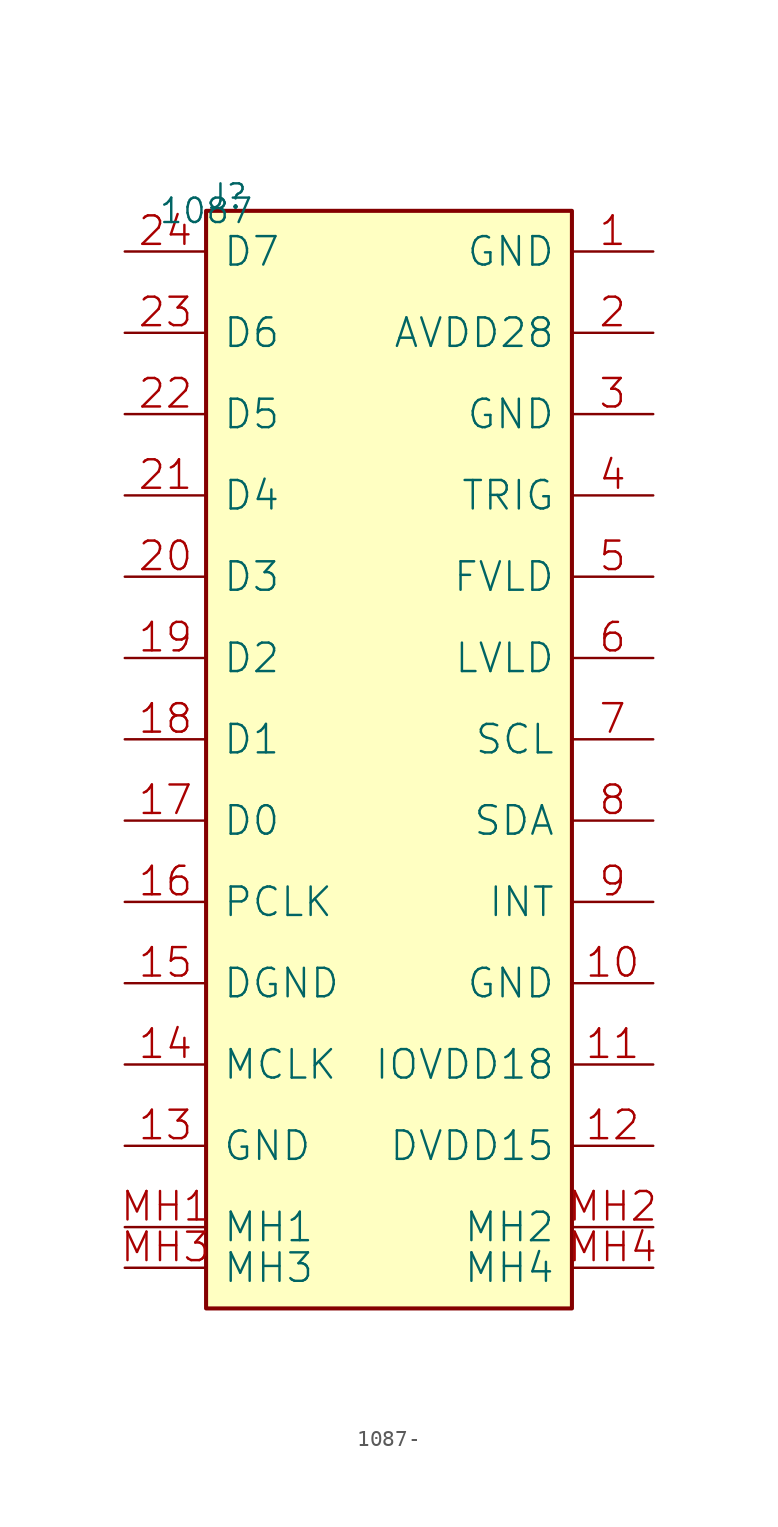
<source format=kicad_sym>
(kicad_symbol_lib
  (version 20220914)
  (generator kicad_symbol_editor)
  (symbol "1087-"
    (pin_names
      (offset 1.016))
    (property "Reference" "J"
      (at 0 0 0)
      (effects (font (size 1.524 1.524)) (justify left bottom)))
    (property "Value" "1087"
      (at 0 0 0)
      (effects (font (size 1.524 1.524))))
    (property "Footprint" ""
      (at 0 0 0)
      (effects (font (size 1.524 1.524))))
    (property "Datasheet" ""
      (at 0 0 0)
      (effects (font (size 1.524 1.524))))
    (symbol "1087-_0_1"
      (rectangle (start 0 -68.58) (end 22.86 0) (stroke (width 0.254) (type solid)) (fill (type background)))
      (pin passive line (at 27.94 -2.54 180) (length 5.08) (name "GND" (effects (font (size 1.778 1.778)))) (number "1" (effects (font (size 1.778 1.778)))))
      (pin passive line (at 27.94 -48.26 180) (length 5.08) (name "GND" (effects (font (size 1.778 1.778)))) (number "10" (effects (font (size 1.778 1.778)))))
      (pin passive line (at 27.94 -53.34 180) (length 5.08) (name "IOVDD18" (effects (font (size 1.778 1.778)))) (number "11" (effects (font (size 1.778 1.778)))))
      (pin passive line (at 27.94 -58.42 180) (length 5.08) (name "DVDD15" (effects (font (size 1.778 1.778)))) (number "12" (effects (font (size 1.778 1.778)))))
      (pin passive line (at -5.08 -58.42 0) (length 5.08) (name "GND" (effects (font (size 1.778 1.778)))) (number "13" (effects (font (size 1.778 1.778)))))
      (pin passive line (at -5.08 -53.34 0) (length 5.08) (name "MCLK" (effects (font (size 1.778 1.778)))) (number "14" (effects (font (size 1.778 1.778)))))
      (pin passive line (at -5.08 -48.26 0) (length 5.08) (name "DGND" (effects (font (size 1.778 1.778)))) (number "15" (effects (font (size 1.778 1.778)))))
      (pin passive line (at -5.08 -43.18 0) (length 5.08) (name "PCLK" (effects (font (size 1.778 1.778)))) (number "16" (effects (font (size 1.778 1.778)))))
      (pin passive line (at -5.08 -38.1 0) (length 5.08) (name "D0" (effects (font (size 1.778 1.778)))) (number "17" (effects (font (size 1.778 1.778)))))
      (pin passive line (at -5.08 -33.02 0) (length 5.08) (name "D1" (effects (font (size 1.778 1.778)))) (number "18" (effects (font (size 1.778 1.778)))))
      (pin passive line (at -5.08 -27.94 0) (length 5.08) (name "D2" (effects (font (size 1.778 1.778)))) (number "19" (effects (font (size 1.778 1.778)))))
      (pin passive line (at 27.94 -7.62 180) (length 5.08) (name "AVDD28" (effects (font (size 1.778 1.778)))) (number "2" (effects (font (size 1.778 1.778)))))
      (pin passive line (at -5.08 -22.86 0) (length 5.08) (name "D3" (effects (font (size 1.778 1.778)))) (number "20" (effects (font (size 1.778 1.778)))))
      (pin passive line (at -5.08 -17.78 0) (length 5.08) (name "D4" (effects (font (size 1.778 1.778)))) (number "21" (effects (font (size 1.778 1.778)))))
      (pin passive line (at -5.08 -12.7 0) (length 5.08) (name "D5" (effects (font (size 1.778 1.778)))) (number "22" (effects (font (size 1.778 1.778)))))
      (pin passive line (at -5.08 -7.62 0) (length 5.08) (name "D6" (effects (font (size 1.778 1.778)))) (number "23" (effects (font (size 1.778 1.778)))))
      (pin passive line (at -5.08 -2.54 0) (length 5.08) (name "D7" (effects (font (size 1.778 1.778)))) (number "24" (effects (font (size 1.778 1.778)))))
      (pin passive line (at 27.94 -12.7 180) (length 5.08) (name "GND" (effects (font (size 1.778 1.778)))) (number "3" (effects (font (size 1.778 1.778)))))
      (pin passive line (at 27.94 -17.78 180) (length 5.08) (name "TRIG" (effects (font (size 1.778 1.778)))) (number "4" (effects (font (size 1.778 1.778)))))
      (pin passive line (at 27.94 -22.86 180) (length 5.08) (name "FVLD" (effects (font (size 1.778 1.778)))) (number "5" (effects (font (size 1.778 1.778)))))
      (pin passive line (at 27.94 -27.94 180) (length 5.08) (name "LVLD" (effects (font (size 1.778 1.778)))) (number "6" (effects (font (size 1.778 1.778)))))
      (pin passive line (at 27.94 -33.02 180) (length 5.08) (name "SCL" (effects (font (size 1.778 1.778)))) (number "7" (effects (font (size 1.778 1.778)))))
      (pin passive line (at 27.94 -38.1 180) (length 5.08) (name "SDA" (effects (font (size 1.778 1.778)))) (number "8" (effects (font (size 1.778 1.778)))))
      (pin passive line (at 27.94 -43.18 180) (length 5.08) (name "INT" (effects (font (size 1.778 1.778)))) (number "9" (effects (font (size 1.778 1.778)))))
      (pin passive line (at -5.08 -63.5 0) (length 5.08) (name "MH1" (effects (font (size 1.778 1.778)))) (number "MH1" (effects (font (size 1.778 1.778)))))
      (pin passive line (at 27.94 -63.5 180) (length 5.08) (name "MH2" (effects (font (size 1.778 1.778)))) (number "MH2" (effects (font (size 1.778 1.778)))))
      (pin passive line (at -5.08 -66.04 0) (length 5.08) (name "MH3" (effects (font (size 1.778 1.778)))) (number "MH3" (effects (font (size 1.778 1.778)))))
      (pin passive line (at 27.94 -66.04 180) (length 5.08) (name "MH4" (effects (font (size 1.778 1.778)))) (number "MH4" (effects (font (size 1.778 1.778))))))))
</source>
